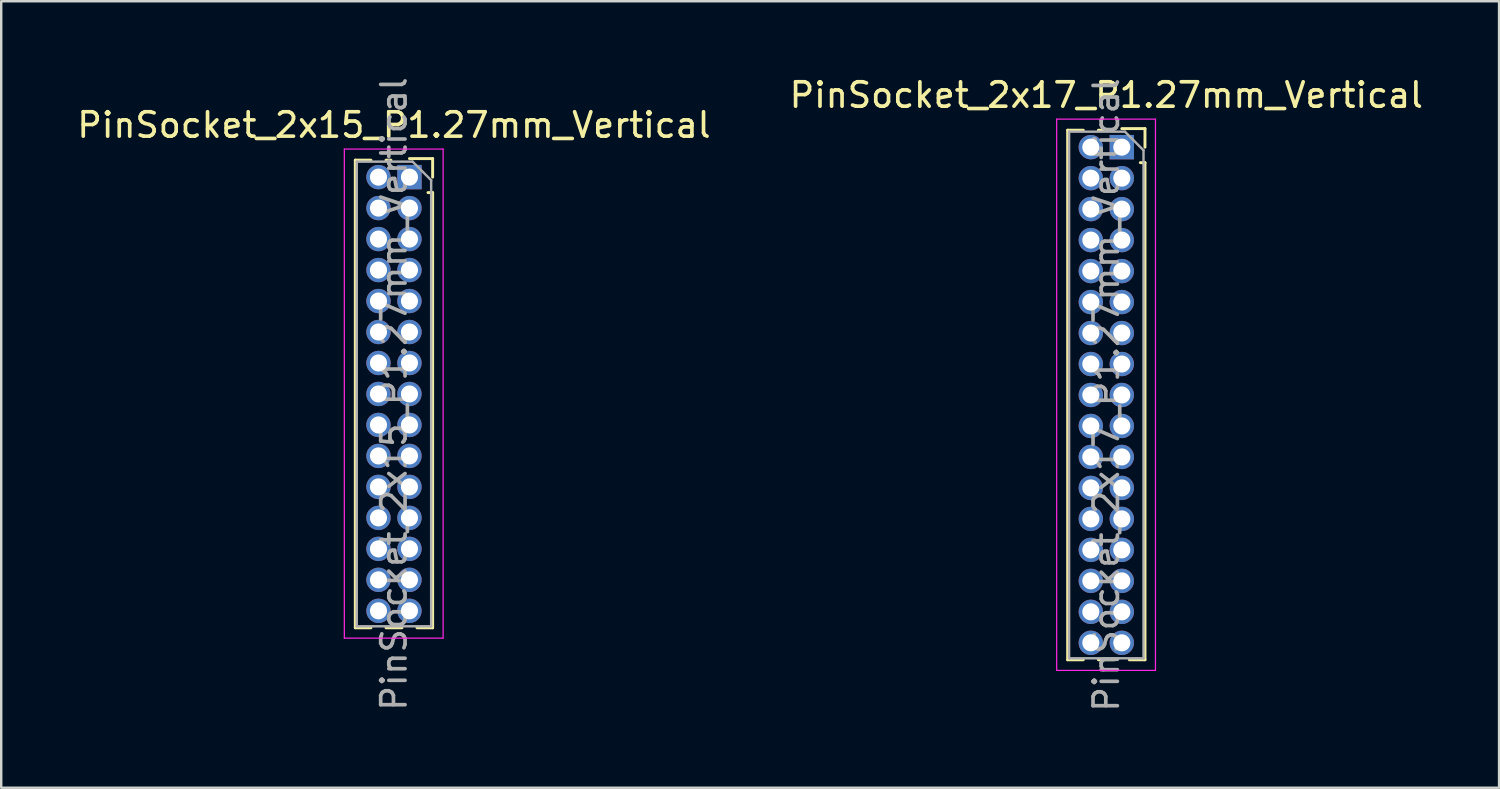
<source format=kicad_pcb>
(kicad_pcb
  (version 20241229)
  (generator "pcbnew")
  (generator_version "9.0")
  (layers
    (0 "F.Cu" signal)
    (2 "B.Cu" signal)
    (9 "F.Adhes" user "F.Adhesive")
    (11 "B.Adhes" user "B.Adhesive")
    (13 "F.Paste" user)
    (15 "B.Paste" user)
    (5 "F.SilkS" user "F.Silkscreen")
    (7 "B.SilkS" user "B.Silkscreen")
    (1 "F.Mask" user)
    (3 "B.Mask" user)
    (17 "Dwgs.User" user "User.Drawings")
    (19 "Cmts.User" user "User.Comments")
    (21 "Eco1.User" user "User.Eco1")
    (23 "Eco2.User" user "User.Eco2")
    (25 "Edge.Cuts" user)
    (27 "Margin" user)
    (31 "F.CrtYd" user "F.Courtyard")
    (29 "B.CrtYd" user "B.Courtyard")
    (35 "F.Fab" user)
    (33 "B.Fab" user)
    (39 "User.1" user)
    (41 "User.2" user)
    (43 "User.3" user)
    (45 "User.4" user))
  (footprint "PinSocket_2x17_P1.27mm_Vertical"
    (layer "F.Cu")
    (at 42.939 2.983)
    (property "Reference" "PinSocket_2x17_P1.27mm_Vertical" (at -0.635 -2.135 0) (layer "F.SilkS") (effects (font (size 1 1) (thickness 0.15))))
    (attr through_hole)
    (fp_line (start -2.22 -0.695) (end -2.22 21.015) (stroke (width 0.12) (type solid)) (layer "F.SilkS"))
    (fp_line (start -2.22 -0.695) (end -1.578 -0.695) (stroke (width 0.12) (type solid)) (layer "F.SilkS"))
    (fp_line (start -2.22 21.015) (end -1.578 21.015) (stroke (width 0.12) (type solid)) (layer "F.SilkS"))
    (fp_line (start -0.962 -0.695) (end -0.76 -0.695) (stroke (width 0.12) (type solid)) (layer "F.SilkS"))
    (fp_line (start -0.962 21.015) (end -0.308 21.015) (stroke (width 0.12) (type solid)) (layer "F.SilkS"))
    (fp_line (start 0 -0.76) (end 0.95 -0.76) (stroke (width 0.12) (type solid)) (layer "F.SilkS"))
    (fp_line (start 0.308 21.015) (end 0.95 21.015) (stroke (width 0.12) (type solid)) (layer "F.SilkS"))
    (fp_line (start 0.76 0.635) (end 0.95 0.635) (stroke (width 0.12) (type solid)) (layer "F.SilkS"))
    (fp_line (start 0.95 -0.76) (end 0.95 0) (stroke (width 0.12) (type solid)) (layer "F.SilkS"))
    (fp_line (start 0.95 0.635) (end 0.95 21.015) (stroke (width 0.12) (type solid)) (layer "F.SilkS"))
    (fp_line (start -2.67 -1.15) (end 1.38 -1.15) (stroke (width 0.05) (type solid)) (layer "F.CrtYd"))
    (fp_line (start -2.67 21.45) (end -2.67 -1.15) (stroke (width 0.05) (type solid)) (layer "F.CrtYd"))
    (fp_line (start 1.38 -1.15) (end 1.38 21.45) (stroke (width 0.05) (type solid)) (layer "F.CrtYd"))
    (fp_line (start 1.38 21.45) (end -2.67 21.45) (stroke (width 0.05) (type solid)) (layer "F.CrtYd"))
    (fp_line (start -2.16 -0.635) (end 0.128 -0.635) (stroke (width 0.1) (type solid)) (layer "F.Fab"))
    (fp_line (start -2.16 20.955) (end -2.16 -0.635) (stroke (width 0.1) (type solid)) (layer "F.Fab"))
    (fp_line (start 0.128 -0.635) (end 0.89 0.128) (stroke (width 0.1) (type solid)) (layer "F.Fab"))
    (fp_line (start 0.89 0.128) (end 0.89 20.955) (stroke (width 0.1) (type solid)) (layer "F.Fab"))
    (fp_line (start 0.89 20.955) (end -2.16 20.955) (stroke (width 0.1) (type solid)) (layer "F.Fab"))
    (fp_text user "${REFERENCE}" (at -0.635 10.16 90) (layer "F.Fab") (effects (font (size 1 1) (thickness 0.15))))
    (pad "1" thru_hole rect (at 0 0) (size 1 1) (drill 0.7) (layers "*.Cu" "*.Mask"))
    (pad "2" thru_hole circle (at -1.27 0) (size 1 1) (drill 0.7) (layers "*.Cu" "*.Mask"))
    (pad "3" thru_hole circle (at 0 1.27) (size 1 1) (drill 0.7) (layers "*.Cu" "*.Mask"))
    (pad "4" thru_hole circle (at -1.27 1.27) (size 1 1) (drill 0.7) (layers "*.Cu" "*.Mask"))
    (pad "5" thru_hole circle (at 0 2.54) (size 1 1) (drill 0.7) (layers "*.Cu" "*.Mask"))
    (pad "6" thru_hole circle (at -1.27 2.54) (size 1 1) (drill 0.7) (layers "*.Cu" "*.Mask"))
    (pad "7" thru_hole circle (at 0 3.81) (size 1 1) (drill 0.7) (layers "*.Cu" "*.Mask"))
    (pad "8" thru_hole circle (at -1.27 3.81) (size 1 1) (drill 0.7) (layers "*.Cu" "*.Mask"))
    (pad "9" thru_hole circle (at 0 5.08) (size 1 1) (drill 0.7) (layers "*.Cu" "*.Mask"))
    (pad "10" thru_hole circle (at -1.27 5.08) (size 1 1) (drill 0.7) (layers "*.Cu" "*.Mask"))
    (pad "11" thru_hole circle (at 0 6.35) (size 1 1) (drill 0.7) (layers "*.Cu" "*.Mask"))
    (pad "12" thru_hole circle (at -1.27 6.35) (size 1 1) (drill 0.7) (layers "*.Cu" "*.Mask"))
    (pad "13" thru_hole circle (at 0 7.62) (size 1 1) (drill 0.7) (layers "*.Cu" "*.Mask"))
    (pad "14" thru_hole circle (at -1.27 7.62) (size 1 1) (drill 0.7) (layers "*.Cu" "*.Mask"))
    (pad "15" thru_hole circle (at 0 8.89) (size 1 1) (drill 0.7) (layers "*.Cu" "*.Mask"))
    (pad "16" thru_hole circle (at -1.27 8.89) (size 1 1) (drill 0.7) (layers "*.Cu" "*.Mask"))
    (pad "17" thru_hole circle (at 0 10.16) (size 1 1) (drill 0.7) (layers "*.Cu" "*.Mask"))
    (pad "18" thru_hole circle (at -1.27 10.16) (size 1 1) (drill 0.7) (layers "*.Cu" "*.Mask"))
    (pad "19" thru_hole circle (at 0 11.43) (size 1 1) (drill 0.7) (layers "*.Cu" "*.Mask"))
    (pad "20" thru_hole circle (at -1.27 11.43) (size 1 1) (drill 0.7) (layers "*.Cu" "*.Mask"))
    (pad "21" thru_hole circle (at 0 12.7) (size 1 1) (drill 0.7) (layers "*.Cu" "*.Mask"))
    (pad "22" thru_hole circle (at -1.27 12.7) (size 1 1) (drill 0.7) (layers "*.Cu" "*.Mask"))
    (pad "23" thru_hole circle (at 0 13.97) (size 1 1) (drill 0.7) (layers "*.Cu" "*.Mask"))
    (pad "24" thru_hole circle (at -1.27 13.97) (size 1 1) (drill 0.7) (layers "*.Cu" "*.Mask"))
    (pad "25" thru_hole circle (at 0 15.24) (size 1 1) (drill 0.7) (layers "*.Cu" "*.Mask"))
    (pad "26" thru_hole circle (at -1.27 15.24) (size 1 1) (drill 0.7) (layers "*.Cu" "*.Mask"))
    (pad "27" thru_hole circle (at 0 16.51) (size 1 1) (drill 0.7) (layers "*.Cu" "*.Mask"))
    (pad "28" thru_hole circle (at -1.27 16.51) (size 1 1) (drill 0.7) (layers "*.Cu" "*.Mask"))
    (pad "29" thru_hole circle (at 0 17.78) (size 1 1) (drill 0.7) (layers "*.Cu" "*.Mask"))
    (pad "30" thru_hole circle (at -1.27 17.78) (size 1 1) (drill 0.7) (layers "*.Cu" "*.Mask"))
    (pad "31" thru_hole circle (at 0 19.05) (size 1 1) (drill 0.7) (layers "*.Cu" "*.Mask"))
    (pad "32" thru_hole circle (at -1.27 19.05) (size 1 1) (drill 0.7) (layers "*.Cu" "*.Mask"))
    (pad "33" thru_hole circle (at 0 20.32) (size 1 1) (drill 0.7) (layers "*.Cu" "*.Mask"))
    (pad "34" thru_hole circle (at -1.27 20.32) (size 1 1) (drill 0.7) (layers "*.Cu" "*.Mask")))
  (footprint "PinSocket_2x15_P1.27mm_Vertical"
    (layer "F.Cu")
    (at 13.736 4.211)
    (property "Reference" "PinSocket_2x15_P1.27mm_Vertical" (at -0.635 -2.135 0) (layer "F.SilkS") (effects (font (size 1 1) (thickness 0.15))))
    (attr through_hole)
    (fp_line (start -2.22 -0.695) (end -2.22 18.475) (stroke (width 0.12) (type solid)) (layer "F.SilkS"))
    (fp_line (start -2.22 -0.695) (end -1.578 -0.695) (stroke (width 0.12) (type solid)) (layer "F.SilkS"))
    (fp_line (start -2.22 18.475) (end -1.578 18.475) (stroke (width 0.12) (type solid)) (layer "F.SilkS"))
    (fp_line (start -0.962 -0.695) (end -0.76 -0.695) (stroke (width 0.12) (type solid)) (layer "F.SilkS"))
    (fp_line (start -0.962 18.475) (end -0.308 18.475) (stroke (width 0.12) (type solid)) (layer "F.SilkS"))
    (fp_line (start 0 -0.76) (end 0.95 -0.76) (stroke (width 0.12) (type solid)) (layer "F.SilkS"))
    (fp_line (start 0.308 18.475) (end 0.95 18.475) (stroke (width 0.12) (type solid)) (layer "F.SilkS"))
    (fp_line (start 0.76 0.635) (end 0.95 0.635) (stroke (width 0.12) (type solid)) (layer "F.SilkS"))
    (fp_line (start 0.95 -0.76) (end 0.95 0) (stroke (width 0.12) (type solid)) (layer "F.SilkS"))
    (fp_line (start 0.95 0.635) (end 0.95 18.475) (stroke (width 0.12) (type solid)) (layer "F.SilkS"))
    (fp_line (start -2.67 -1.15) (end 1.38 -1.15) (stroke (width 0.05) (type solid)) (layer "F.CrtYd"))
    (fp_line (start -2.67 18.9) (end -2.67 -1.15) (stroke (width 0.05) (type solid)) (layer "F.CrtYd"))
    (fp_line (start 1.38 -1.15) (end 1.38 18.9) (stroke (width 0.05) (type solid)) (layer "F.CrtYd"))
    (fp_line (start 1.38 18.9) (end -2.67 18.9) (stroke (width 0.05) (type solid)) (layer "F.CrtYd"))
    (fp_line (start -2.16 -0.635) (end 0.128 -0.635) (stroke (width 0.1) (type solid)) (layer "F.Fab"))
    (fp_line (start -2.16 18.415) (end -2.16 -0.635) (stroke (width 0.1) (type solid)) (layer "F.Fab"))
    (fp_line (start 0.128 -0.635) (end 0.89 0.128) (stroke (width 0.1) (type solid)) (layer "F.Fab"))
    (fp_line (start 0.89 0.128) (end 0.89 18.415) (stroke (width 0.1) (type solid)) (layer "F.Fab"))
    (fp_line (start 0.89 18.415) (end -2.16 18.415) (stroke (width 0.1) (type solid)) (layer "F.Fab"))
    (fp_text user "${REFERENCE}" (at -0.635 8.89 90) (layer "F.Fab") (effects (font (size 1 1) (thickness 0.15))))
    (pad "1" thru_hole rect (at 0 0) (size 1 1) (drill 0.7) (layers "*.Cu" "*.Mask"))
    (pad "2" thru_hole circle (at -1.27 0) (size 1 1) (drill 0.7) (layers "*.Cu" "*.Mask"))
    (pad "3" thru_hole circle (at 0 1.27) (size 1 1) (drill 0.7) (layers "*.Cu" "*.Mask"))
    (pad "4" thru_hole circle (at -1.27 1.27) (size 1 1) (drill 0.7) (layers "*.Cu" "*.Mask"))
    (pad "5" thru_hole circle (at 0 2.54) (size 1 1) (drill 0.7) (layers "*.Cu" "*.Mask"))
    (pad "6" thru_hole circle (at -1.27 2.54) (size 1 1) (drill 0.7) (layers "*.Cu" "*.Mask"))
    (pad "7" thru_hole circle (at 0 3.81) (size 1 1) (drill 0.7) (layers "*.Cu" "*.Mask"))
    (pad "8" thru_hole circle (at -1.27 3.81) (size 1 1) (drill 0.7) (layers "*.Cu" "*.Mask"))
    (pad "9" thru_hole circle (at 0 5.08) (size 1 1) (drill 0.7) (layers "*.Cu" "*.Mask"))
    (pad "10" thru_hole circle (at -1.27 5.08) (size 1 1) (drill 0.7) (layers "*.Cu" "*.Mask"))
    (pad "11" thru_hole circle (at 0 6.35) (size 1 1) (drill 0.7) (layers "*.Cu" "*.Mask"))
    (pad "12" thru_hole circle (at -1.27 6.35) (size 1 1) (drill 0.7) (layers "*.Cu" "*.Mask"))
    (pad "13" thru_hole circle (at 0 7.62) (size 1 1) (drill 0.7) (layers "*.Cu" "*.Mask"))
    (pad "14" thru_hole circle (at -1.27 7.62) (size 1 1) (drill 0.7) (layers "*.Cu" "*.Mask"))
    (pad "15" thru_hole circle (at 0 8.89) (size 1 1) (drill 0.7) (layers "*.Cu" "*.Mask"))
    (pad "16" thru_hole circle (at -1.27 8.89) (size 1 1) (drill 0.7) (layers "*.Cu" "*.Mask"))
    (pad "17" thru_hole circle (at 0 10.16) (size 1 1) (drill 0.7) (layers "*.Cu" "*.Mask"))
    (pad "18" thru_hole circle (at -1.27 10.16) (size 1 1) (drill 0.7) (layers "*.Cu" "*.Mask"))
    (pad "19" thru_hole circle (at 0 11.43) (size 1 1) (drill 0.7) (layers "*.Cu" "*.Mask"))
    (pad "20" thru_hole circle (at -1.27 11.43) (size 1 1) (drill 0.7) (layers "*.Cu" "*.Mask"))
    (pad "21" thru_hole circle (at 0 12.7) (size 1 1) (drill 0.7) (layers "*.Cu" "*.Mask"))
    (pad "22" thru_hole circle (at -1.27 12.7) (size 1 1) (drill 0.7) (layers "*.Cu" "*.Mask"))
    (pad "23" thru_hole circle (at 0 13.97) (size 1 1) (drill 0.7) (layers "*.Cu" "*.Mask"))
    (pad "24" thru_hole circle (at -1.27 13.97) (size 1 1) (drill 0.7) (layers "*.Cu" "*.Mask"))
    (pad "25" thru_hole circle (at 0 15.24) (size 1 1) (drill 0.7) (layers "*.Cu" "*.Mask"))
    (pad "26" thru_hole circle (at -1.27 15.24) (size 1 1) (drill 0.7) (layers "*.Cu" "*.Mask"))
    (pad "27" thru_hole circle (at 0 16.51) (size 1 1) (drill 0.7) (layers "*.Cu" "*.Mask"))
    (pad "28" thru_hole circle (at -1.27 16.51) (size 1 1) (drill 0.7) (layers "*.Cu" "*.Mask"))
    (pad "29" thru_hole circle (at 0 17.78) (size 1 1) (drill 0.7) (layers "*.Cu" "*.Mask"))
    (pad "30" thru_hole circle (at -1.27 17.78) (size 1 1) (drill 0.7) (layers "*.Cu" "*.Mask")))
  (gr_rect
    (start -3 -3)
    (end 58.405 29.244)
    (stroke (width 0.1) (type default))
    (fill no)
    (layer "Edge.Cuts")))
</source>
